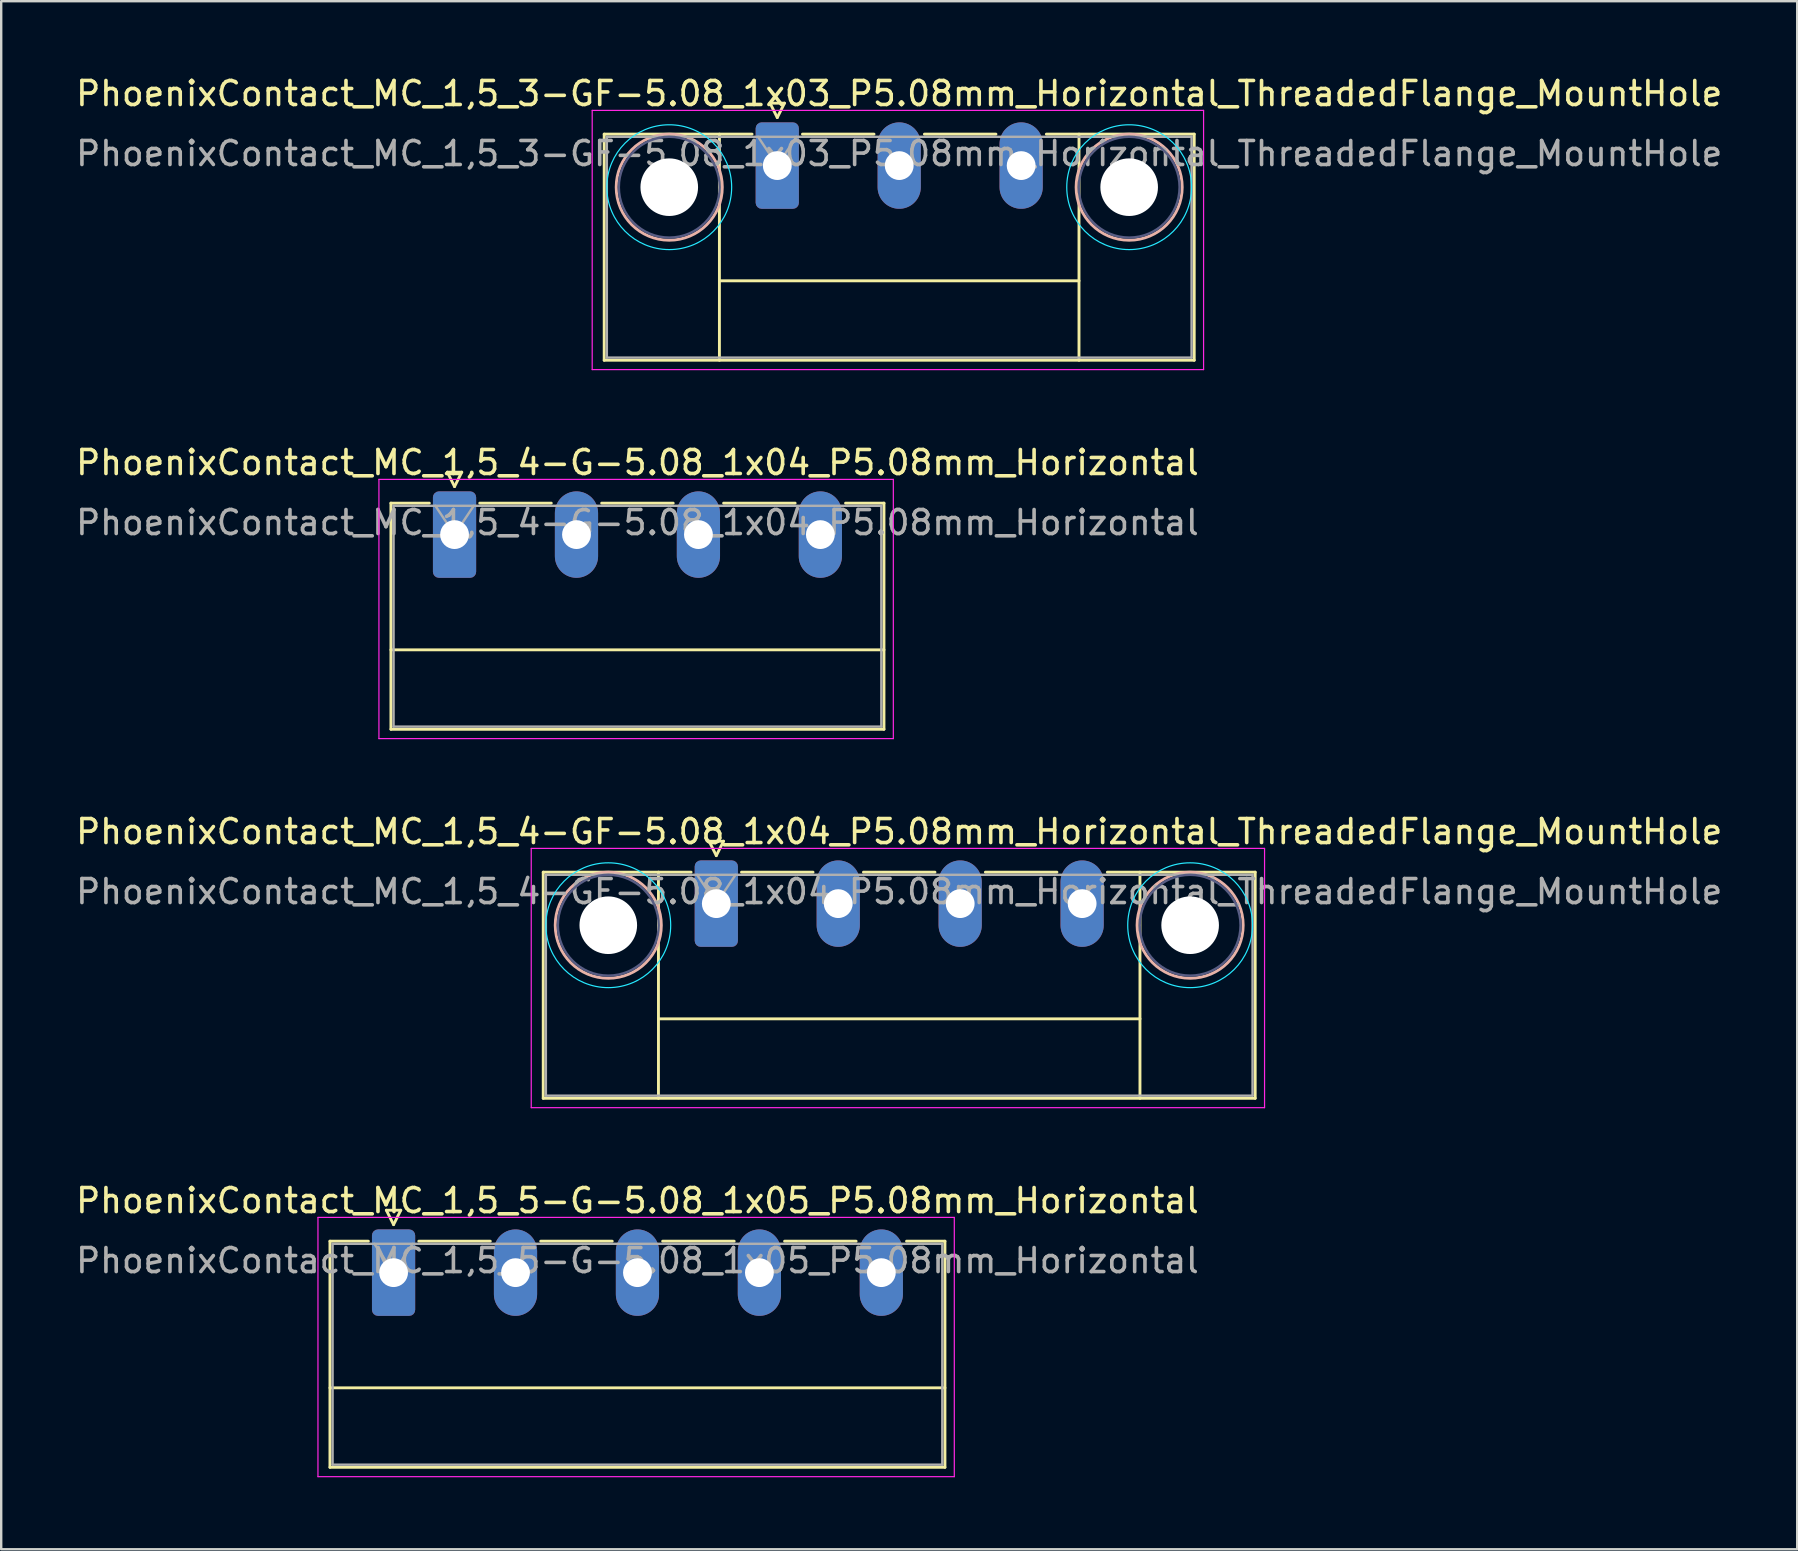
<source format=kicad_pcb>
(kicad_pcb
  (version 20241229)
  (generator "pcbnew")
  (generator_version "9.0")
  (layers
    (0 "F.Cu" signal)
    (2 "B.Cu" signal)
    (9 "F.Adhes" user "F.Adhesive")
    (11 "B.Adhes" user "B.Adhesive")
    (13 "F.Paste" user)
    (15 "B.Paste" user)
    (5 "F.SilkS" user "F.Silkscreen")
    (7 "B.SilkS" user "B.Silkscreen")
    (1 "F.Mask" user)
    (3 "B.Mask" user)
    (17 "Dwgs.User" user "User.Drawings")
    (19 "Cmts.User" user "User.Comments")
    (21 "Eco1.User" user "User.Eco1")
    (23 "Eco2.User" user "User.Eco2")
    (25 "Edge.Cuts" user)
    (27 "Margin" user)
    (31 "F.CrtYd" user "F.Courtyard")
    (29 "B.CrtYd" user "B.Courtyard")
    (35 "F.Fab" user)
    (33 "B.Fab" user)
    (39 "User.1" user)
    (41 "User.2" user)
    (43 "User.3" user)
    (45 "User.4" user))
  (footprint "PhoenixContact_MC_1,5_4-G-5.08_1x04_P5.08mm_Horizontal"
    (layer "F.Cu")
    (at 15.886 19.221)
    (property "Reference" "PhoenixContact_MC_1,5_4-G-5.08_1x04_P5.08mm_Horizontal" (at 7.62 -3 0) (layer "F.SilkS") (effects (font (size 1 1) (thickness 0.15))))
    (attr through_hole)
    (fp_line (start -2.65 -1.31) (end -2.65 8.11) (stroke (width 0.12) (type solid)) (layer "F.SilkS"))
    (fp_line (start -2.65 -1.31) (end -1.05 -1.31) (stroke (width 0.12) (type solid)) (layer "F.SilkS"))
    (fp_line (start -2.65 4.8) (end 17.89 4.8) (stroke (width 0.12) (type solid)) (layer "F.SilkS"))
    (fp_line (start -2.65 8.11) (end 17.89 8.11) (stroke (width 0.12) (type solid)) (layer "F.SilkS"))
    (fp_line (start -0.3 -2.6) (end 0.3 -2.6) (stroke (width 0.12) (type solid)) (layer "F.SilkS"))
    (fp_line (start 0 -2) (end -0.3 -2.6) (stroke (width 0.12) (type solid)) (layer "F.SilkS"))
    (fp_line (start 0.3 -2.6) (end 0 -2) (stroke (width 0.12) (type solid)) (layer "F.SilkS"))
    (fp_line (start 1.05 -1.31) (end 4.03 -1.31) (stroke (width 0.12) (type solid)) (layer "F.SilkS"))
    (fp_line (start 6.13 -1.31) (end 9.11 -1.31) (stroke (width 0.12) (type solid)) (layer "F.SilkS"))
    (fp_line (start 11.21 -1.31) (end 14.19 -1.31) (stroke (width 0.12) (type solid)) (layer "F.SilkS"))
    (fp_line (start 17.89 -1.31) (end 16.29 -1.31) (stroke (width 0.12) (type solid)) (layer "F.SilkS"))
    (fp_line (start 17.89 8.11) (end 17.89 -1.31) (stroke (width 0.12) (type solid)) (layer "F.SilkS"))
    (fp_line (start -3.15 -2.3) (end -3.15 8.5) (stroke (width 0.05) (type solid)) (layer "F.CrtYd"))
    (fp_line (start -3.15 8.5) (end 18.28 8.5) (stroke (width 0.05) (type solid)) (layer "F.CrtYd"))
    (fp_line (start 18.28 -2.3) (end -3.15 -2.3) (stroke (width 0.05) (type solid)) (layer "F.CrtYd"))
    (fp_line (start 18.28 8.5) (end 18.28 -2.3) (stroke (width 0.05) (type solid)) (layer "F.CrtYd"))
    (fp_line (start -2.54 -1.2) (end -2.54 8) (stroke (width 0.1) (type solid)) (layer "F.Fab"))
    (fp_line (start -2.54 8) (end 17.78 8) (stroke (width 0.1) (type solid)) (layer "F.Fab"))
    (fp_line (start 0 0) (end -0.8 -1.2) (stroke (width 0.1) (type solid)) (layer "F.Fab"))
    (fp_line (start 0.8 -1.2) (end 0 0) (stroke (width 0.1) (type solid)) (layer "F.Fab"))
    (fp_line (start 17.78 -1.2) (end -2.54 -1.2) (stroke (width 0.1) (type solid)) (layer "F.Fab"))
    (fp_line (start 17.78 8) (end 17.78 -1.2) (stroke (width 0.1) (type solid)) (layer "F.Fab"))
    (fp_text user "${REFERENCE}" (at 7.62 -0.5 0) (layer "F.Fab") (effects (font (size 1 1) (thickness 0.15))))
    (pad "1" thru_hole roundrect (at 0 0) (size 1.8 3.6) (drill 1.2) (layers "*.Cu" "*.Mask") (roundrect_rratio 0.139))
    (pad "2" thru_hole oval (at 5.08 0) (size 1.8 3.6) (drill 1.2) (layers "*.Cu" "*.Mask"))
    (pad "3" thru_hole oval (at 10.16 0) (size 1.8 3.6) (drill 1.2) (layers "*.Cu" "*.Mask"))
    (pad "4" thru_hole oval (at 15.24 0) (size 1.8 3.6) (drill 1.2) (layers "*.Cu" "*.Mask")))
  (footprint "PhoenixContact_MC_1,5_5-G-5.08_1x05_P5.08mm_Horizontal"
    (layer "F.Cu")
    (at 13.346 49.968)
    (property "Reference" "PhoenixContact_MC_1,5_5-G-5.08_1x05_P5.08mm_Horizontal" (at 10.16 -3 0) (layer "F.SilkS") (effects (font (size 1 1) (thickness 0.15))))
    (attr through_hole)
    (fp_line (start -2.65 -1.31) (end -2.65 8.11) (stroke (width 0.12) (type solid)) (layer "F.SilkS"))
    (fp_line (start -2.65 -1.31) (end -1.05 -1.31) (stroke (width 0.12) (type solid)) (layer "F.SilkS"))
    (fp_line (start -2.65 4.8) (end 22.97 4.8) (stroke (width 0.12) (type solid)) (layer "F.SilkS"))
    (fp_line (start -2.65 8.11) (end 22.97 8.11) (stroke (width 0.12) (type solid)) (layer "F.SilkS"))
    (fp_line (start -0.3 -2.6) (end 0.3 -2.6) (stroke (width 0.12) (type solid)) (layer "F.SilkS"))
    (fp_line (start 0 -2) (end -0.3 -2.6) (stroke (width 0.12) (type solid)) (layer "F.SilkS"))
    (fp_line (start 0.3 -2.6) (end 0 -2) (stroke (width 0.12) (type solid)) (layer "F.SilkS"))
    (fp_line (start 1.05 -1.31) (end 4.03 -1.31) (stroke (width 0.12) (type solid)) (layer "F.SilkS"))
    (fp_line (start 6.13 -1.31) (end 9.11 -1.31) (stroke (width 0.12) (type solid)) (layer "F.SilkS"))
    (fp_line (start 11.21 -1.31) (end 14.19 -1.31) (stroke (width 0.12) (type solid)) (layer "F.SilkS"))
    (fp_line (start 16.29 -1.31) (end 19.27 -1.31) (stroke (width 0.12) (type solid)) (layer "F.SilkS"))
    (fp_line (start 22.97 -1.31) (end 21.37 -1.31) (stroke (width 0.12) (type solid)) (layer "F.SilkS"))
    (fp_line (start 22.97 8.11) (end 22.97 -1.31) (stroke (width 0.12) (type solid)) (layer "F.SilkS"))
    (fp_line (start -3.15 -2.3) (end -3.15 8.5) (stroke (width 0.05) (type solid)) (layer "F.CrtYd"))
    (fp_line (start -3.15 8.5) (end 23.36 8.5) (stroke (width 0.05) (type solid)) (layer "F.CrtYd"))
    (fp_line (start 23.36 -2.3) (end -3.15 -2.3) (stroke (width 0.05) (type solid)) (layer "F.CrtYd"))
    (fp_line (start 23.36 8.5) (end 23.36 -2.3) (stroke (width 0.05) (type solid)) (layer "F.CrtYd"))
    (fp_line (start -2.54 -1.2) (end -2.54 8) (stroke (width 0.1) (type solid)) (layer "F.Fab"))
    (fp_line (start -2.54 8) (end 22.86 8) (stroke (width 0.1) (type solid)) (layer "F.Fab"))
    (fp_line (start 0 0) (end -0.8 -1.2) (stroke (width 0.1) (type solid)) (layer "F.Fab"))
    (fp_line (start 0.8 -1.2) (end 0 0) (stroke (width 0.1) (type solid)) (layer "F.Fab"))
    (fp_line (start 22.86 -1.2) (end -2.54 -1.2) (stroke (width 0.1) (type solid)) (layer "F.Fab"))
    (fp_line (start 22.86 8) (end 22.86 -1.2) (stroke (width 0.1) (type solid)) (layer "F.Fab"))
    (fp_text user "${REFERENCE}" (at 10.16 -0.5 0) (layer "F.Fab") (effects (font (size 1 1) (thickness 0.15))))
    (pad "1" thru_hole roundrect (at 0 0) (size 1.8 3.6) (drill 1.2) (layers "*.Cu" "*.Mask") (roundrect_rratio 0.139))
    (pad "2" thru_hole oval (at 5.08 0) (size 1.8 3.6) (drill 1.2) (layers "*.Cu" "*.Mask"))
    (pad "3" thru_hole oval (at 10.16 0) (size 1.8 3.6) (drill 1.2) (layers "*.Cu" "*.Mask"))
    (pad "4" thru_hole oval (at 15.24 0) (size 1.8 3.6) (drill 1.2) (layers "*.Cu" "*.Mask"))
    (pad "5" thru_hole oval (at 20.32 0) (size 1.8 3.6) (drill 1.2) (layers "*.Cu" "*.Mask")))
  (footprint "PhoenixContact_MC_1,5_4-GF-5.08_1x04_P5.08mm_Horizontal_ThreadedFlange_MountHole"
    (layer "F.Cu")
    (at 26.791 34.595)
    (property "Reference" "PhoenixContact_MC_1,5_4-GF-5.08_1x04_P5.08mm_Horizontal_ThreadedFlange_MountHole" (at 7.62 -3 0) (layer "F.SilkS") (effects (font (size 1 1) (thickness 0.15))))
    (attr through_hole)
    (fp_line (start -7.21 -1.31) (end -7.21 8.11) (stroke (width 0.12) (type solid)) (layer "F.SilkS"))
    (fp_line (start -7.21 -1.31) (end -1.05 -1.31) (stroke (width 0.12) (type solid)) (layer "F.SilkS"))
    (fp_line (start -7.21 8.11) (end 22.45 8.11) (stroke (width 0.12) (type solid)) (layer "F.SilkS"))
    (fp_line (start -2.41 -1.31) (end -2.41 8.11) (stroke (width 0.12) (type solid)) (layer "F.SilkS"))
    (fp_line (start -2.41 4.8) (end 17.65 4.8) (stroke (width 0.12) (type solid)) (layer "F.SilkS"))
    (fp_line (start -0.3 -2.6) (end 0.3 -2.6) (stroke (width 0.12) (type solid)) (layer "F.SilkS"))
    (fp_line (start 0 -2) (end -0.3 -2.6) (stroke (width 0.12) (type solid)) (layer "F.SilkS"))
    (fp_line (start 0.3 -2.6) (end 0 -2) (stroke (width 0.12) (type solid)) (layer "F.SilkS"))
    (fp_line (start 1.05 -1.31) (end 4.03 -1.31) (stroke (width 0.12) (type solid)) (layer "F.SilkS"))
    (fp_line (start 6.13 -1.31) (end 9.11 -1.31) (stroke (width 0.12) (type solid)) (layer "F.SilkS"))
    (fp_line (start 11.21 -1.31) (end 14.19 -1.31) (stroke (width 0.12) (type solid)) (layer "F.SilkS"))
    (fp_line (start 17.65 -1.31) (end 17.65 8.11) (stroke (width 0.12) (type solid)) (layer "F.SilkS"))
    (fp_line (start 22.45 -1.31) (end 16.29 -1.31) (stroke (width 0.12) (type solid)) (layer "F.SilkS"))
    (fp_line (start 22.45 8.11) (end 22.45 -1.31) (stroke (width 0.12) (type solid)) (layer "F.SilkS"))
    (fp_circle (center -4.5 0.9) (end -2.29 0.9) (stroke (width 0.12) (type solid)) (fill no) (layer "B.SilkS"))
    (fp_circle (center 19.74 0.9) (end 21.95 0.9) (stroke (width 0.12) (type solid)) (fill no) (layer "B.SilkS"))
    (fp_circle (center -4.5 0.9) (end -1.9 0.9) (stroke (width 0.05) (type solid)) (fill no) (layer "B.CrtYd"))
    (fp_circle (center 19.74 0.9) (end 22.34 0.9) (stroke (width 0.05) (type solid)) (fill no) (layer "B.CrtYd"))
    (fp_line (start -7.71 -2.3) (end -7.71 8.5) (stroke (width 0.05) (type solid)) (layer "F.CrtYd"))
    (fp_line (start -7.71 8.5) (end 22.84 8.5) (stroke (width 0.05) (type solid)) (layer "F.CrtYd"))
    (fp_line (start 22.84 -2.3) (end -7.71 -2.3) (stroke (width 0.05) (type solid)) (layer "F.CrtYd"))
    (fp_line (start 22.84 8.5) (end 22.84 -2.3) (stroke (width 0.05) (type solid)) (layer "F.CrtYd"))
    (fp_circle (center -4.5 0.9) (end -2.4 0.9) (stroke (width 0.1) (type solid)) (fill no) (layer "B.Fab"))
    (fp_circle (center 19.74 0.9) (end 21.84 0.9) (stroke (width 0.1) (type solid)) (fill no) (layer "B.Fab"))
    (fp_line (start -7.1 -1.2) (end -7.1 8) (stroke (width 0.1) (type solid)) (layer "F.Fab"))
    (fp_line (start -7.1 8) (end 22.34 8) (stroke (width 0.1) (type solid)) (layer "F.Fab"))
    (fp_line (start 0 0) (end -0.8 -1.2) (stroke (width 0.1) (type solid)) (layer "F.Fab"))
    (fp_line (start 0.8 -1.2) (end 0 0) (stroke (width 0.1) (type solid)) (layer "F.Fab"))
    (fp_line (start 22.34 -1.2) (end -7.1 -1.2) (stroke (width 0.1) (type solid)) (layer "F.Fab"))
    (fp_line (start 22.34 8) (end 22.34 -1.2) (stroke (width 0.1) (type solid)) (layer "F.Fab"))
    (fp_text user "${REFERENCE}" (at 7.62 -0.5 0) (layer "F.Fab") (effects (font (size 1 1) (thickness 0.15))))
    (pad "" np_thru_hole circle (at -4.5 0.9) (size 2.4 2.4) (drill 2.4) (layers "*.Cu" "*.Mask"))
    (pad "" np_thru_hole circle (at 19.74 0.9) (size 2.4 2.4) (drill 2.4) (layers "*.Cu" "*.Mask"))
    (pad "1" thru_hole roundrect (at 0 0) (size 1.8 3.6) (drill 1.2) (layers "*.Cu" "*.Mask") (roundrect_rratio 0.139))
    (pad "2" thru_hole oval (at 5.08 0) (size 1.8 3.6) (drill 1.2) (layers "*.Cu" "*.Mask"))
    (pad "3" thru_hole oval (at 10.16 0) (size 1.8 3.6) (drill 1.2) (layers "*.Cu" "*.Mask"))
    (pad "4" thru_hole oval (at 15.24 0) (size 1.8 3.6) (drill 1.2) (layers "*.Cu" "*.Mask")))
  (footprint "PhoenixContact_MC_1,5_3-GF-5.08_1x03_P5.08mm_Horizontal_ThreadedFlange_MountHole"
    (layer "F.Cu")
    (at 29.331 3.848)
    (property "Reference" "PhoenixContact_MC_1,5_3-GF-5.08_1x03_P5.08mm_Horizontal_ThreadedFlange_MountHole" (at 5.08 -3 0) (layer "F.SilkS") (effects (font (size 1 1) (thickness 0.15))))
    (attr through_hole)
    (fp_line (start -7.21 -1.31) (end -7.21 8.11) (stroke (width 0.12) (type solid)) (layer "F.SilkS"))
    (fp_line (start -7.21 -1.31) (end -1.05 -1.31) (stroke (width 0.12) (type solid)) (layer "F.SilkS"))
    (fp_line (start -7.21 8.11) (end 17.37 8.11) (stroke (width 0.12) (type solid)) (layer "F.SilkS"))
    (fp_line (start -2.41 -1.31) (end -2.41 8.11) (stroke (width 0.12) (type solid)) (layer "F.SilkS"))
    (fp_line (start -2.41 4.8) (end 12.57 4.8) (stroke (width 0.12) (type solid)) (layer "F.SilkS"))
    (fp_line (start -0.3 -2.6) (end 0.3 -2.6) (stroke (width 0.12) (type solid)) (layer "F.SilkS"))
    (fp_line (start 0 -2) (end -0.3 -2.6) (stroke (width 0.12) (type solid)) (layer "F.SilkS"))
    (fp_line (start 0.3 -2.6) (end 0 -2) (stroke (width 0.12) (type solid)) (layer "F.SilkS"))
    (fp_line (start 1.05 -1.31) (end 4.03 -1.31) (stroke (width 0.12) (type solid)) (layer "F.SilkS"))
    (fp_line (start 6.13 -1.31) (end 9.11 -1.31) (stroke (width 0.12) (type solid)) (layer "F.SilkS"))
    (fp_line (start 12.57 -1.31) (end 12.57 8.11) (stroke (width 0.12) (type solid)) (layer "F.SilkS"))
    (fp_line (start 17.37 -1.31) (end 11.21 -1.31) (stroke (width 0.12) (type solid)) (layer "F.SilkS"))
    (fp_line (start 17.37 8.11) (end 17.37 -1.31) (stroke (width 0.12) (type solid)) (layer "F.SilkS"))
    (fp_circle (center -4.5 0.9) (end -2.29 0.9) (stroke (width 0.12) (type solid)) (fill no) (layer "B.SilkS"))
    (fp_circle (center 14.66 0.9) (end 16.87 0.9) (stroke (width 0.12) (type solid)) (fill no) (layer "B.SilkS"))
    (fp_circle (center -4.5 0.9) (end -1.9 0.9) (stroke (width 0.05) (type solid)) (fill no) (layer "B.CrtYd"))
    (fp_circle (center 14.66 0.9) (end 17.26 0.9) (stroke (width 0.05) (type solid)) (fill no) (layer "B.CrtYd"))
    (fp_line (start -7.71 -2.3) (end -7.71 8.5) (stroke (width 0.05) (type solid)) (layer "F.CrtYd"))
    (fp_line (start -7.71 8.5) (end 17.76 8.5) (stroke (width 0.05) (type solid)) (layer "F.CrtYd"))
    (fp_line (start 17.76 -2.3) (end -7.71 -2.3) (stroke (width 0.05) (type solid)) (layer "F.CrtYd"))
    (fp_line (start 17.76 8.5) (end 17.76 -2.3) (stroke (width 0.05) (type solid)) (layer "F.CrtYd"))
    (fp_circle (center -4.5 0.9) (end -2.4 0.9) (stroke (width 0.1) (type solid)) (fill no) (layer "B.Fab"))
    (fp_circle (center 14.66 0.9) (end 16.76 0.9) (stroke (width 0.1) (type solid)) (fill no) (layer "B.Fab"))
    (fp_line (start -7.1 -1.2) (end -7.1 8) (stroke (width 0.1) (type solid)) (layer "F.Fab"))
    (fp_line (start -7.1 8) (end 17.26 8) (stroke (width 0.1) (type solid)) (layer "F.Fab"))
    (fp_line (start 0 0) (end -0.8 -1.2) (stroke (width 0.1) (type solid)) (layer "F.Fab"))
    (fp_line (start 0.8 -1.2) (end 0 0) (stroke (width 0.1) (type solid)) (layer "F.Fab"))
    (fp_line (start 17.26 -1.2) (end -7.1 -1.2) (stroke (width 0.1) (type solid)) (layer "F.Fab"))
    (fp_line (start 17.26 8) (end 17.26 -1.2) (stroke (width 0.1) (type solid)) (layer "F.Fab"))
    (fp_text user "${REFERENCE}" (at 5.08 -0.5 0) (layer "F.Fab") (effects (font (size 1 1) (thickness 0.15))))
    (pad "" np_thru_hole circle (at -4.5 0.9) (size 2.4 2.4) (drill 2.4) (layers "*.Cu" "*.Mask"))
    (pad "" np_thru_hole circle (at 14.66 0.9) (size 2.4 2.4) (drill 2.4) (layers "*.Cu" "*.Mask"))
    (pad "1" thru_hole roundrect (at 0 0) (size 1.8 3.6) (drill 1.2) (layers "*.Cu" "*.Mask") (roundrect_rratio 0.139))
    (pad "2" thru_hole oval (at 5.08 0) (size 1.8 3.6) (drill 1.2) (layers "*.Cu" "*.Mask"))
    (pad "3" thru_hole oval (at 10.16 0) (size 1.8 3.6) (drill 1.2) (layers "*.Cu" "*.Mask")))
  (gr_rect
    (start -3 -3)
    (end 71.821 61.493)
    (stroke (width 0.1) (type default))
    (fill no)
    (layer "Edge.Cuts")))
</source>
